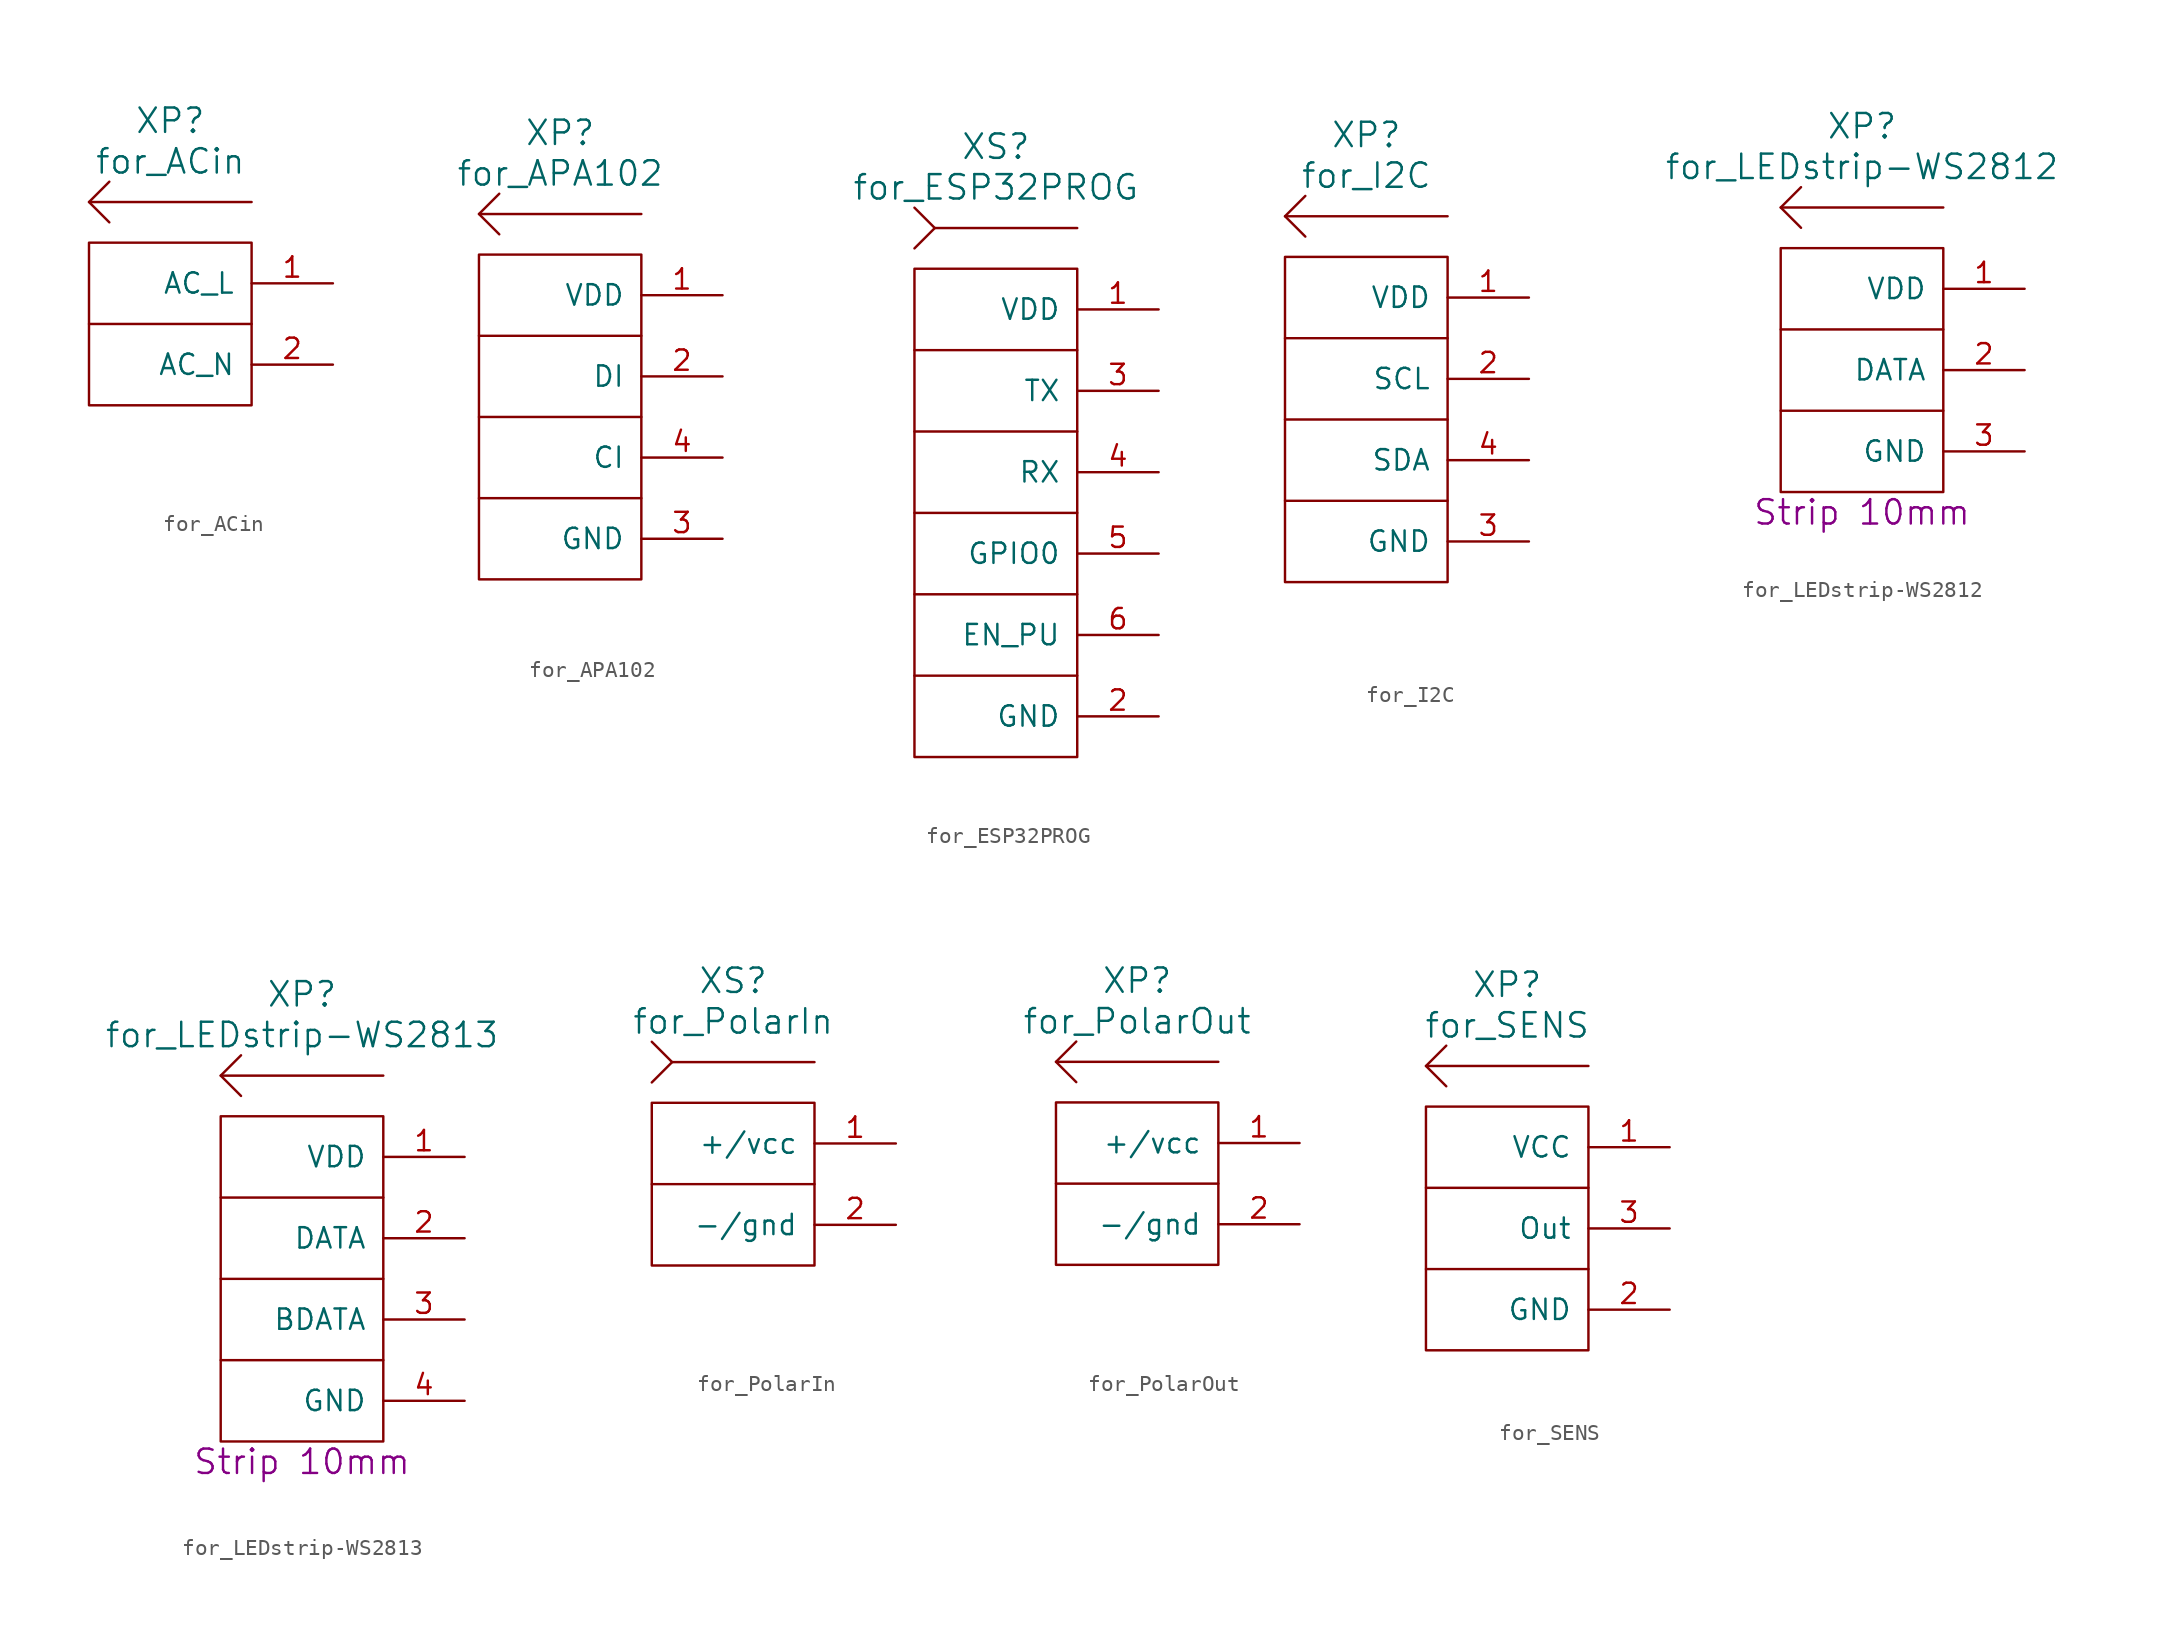
<source format=kicad_sym>
(kicad_symbol_lib
  (version 20220914)
  (generator kicad_symbol_editor)
  (symbol "for_ACin"
    (pin_names
      (offset 1.016))
    (property "Reference" "XP"
      (at 0 12.7 0)
      (do_not_autoplace)
      (effects (font (size 1.524 1.524))))
    (property "Value" "for_ACin"
      (at 0 10.16 0)
      (do_not_autoplace)
      (effects (font (size 1.524 1.524))))
    (property "Datasheet" ""
      (at 1.27 -8.89 0)
      (effects (font (size 1.524 1.524))))
    (symbol "for_ACin_0_0"
      (polyline (pts (xy 5.08 0) (xy -5.08 0)) (stroke (width 0) (type solid)) (fill (type none)))
      (rectangle (start 5.08 5.08) (end -5.08 -5.08) (stroke (width 0) (type solid)) (fill (type none))))
    (symbol "for_ACin_0_1"
      (polyline (pts (xy 5.08 7.62) (xy -5.08 7.62)) (stroke (width 0) (type solid)) (fill (type none)))
      (polyline (pts (xy -3.81 6.35) (xy -5.08 7.62) (xy -3.81 8.89)) (stroke (width 0) (type solid)) (fill (type none))))
    (symbol "for_ACin_1_1"
      (pin passive line (at 10.16 2.54 180) (length 5.08) (name "AC_L" (effects (font (size 1.27 1.27)))) (number "1" (effects (font (size 1.27 1.27)))))
      (pin passive line (at 10.16 -2.54 180) (length 5.08) (name "AC_N" (effects (font (size 1.27 1.27)))) (number "2" (effects (font (size 1.27 1.27)))))))
  (symbol "for_APA102"
    (pin_names
      (offset 1.016))
    (property "Reference" "XP"
      (at 0 17.78 0)
      (do_not_autoplace)
      (effects (font (size 1.524 1.524))))
    (property "Value" "for_APA102"
      (at 0 15.24 0)
      (do_not_autoplace)
      (effects (font (size 1.524 1.524))))
    (property "Datasheet" ""
      (at 0 -11.43 0)
      (effects (font (size 1.524 1.524))))
    (symbol "for_APA102_0_0"
      (polyline (pts (xy 5.08 -5.08) (xy -5.08 -5.08)) (stroke (width 0) (type solid)) (fill (type none)))
      (polyline (pts (xy 5.08 0) (xy -5.08 0)) (stroke (width 0) (type solid)) (fill (type none)))
      (polyline (pts (xy 5.08 5.08) (xy -5.08 5.08)) (stroke (width 0) (type solid)) (fill (type none)))
      (rectangle (start 5.08 10.16) (end -5.08 -10.16) (stroke (width 0) (type solid)) (fill (type none))))
    (symbol "for_APA102_0_1"
      (polyline (pts (xy 5.08 12.7) (xy -5.08 12.7)) (stroke (width 0) (type solid)) (fill (type none)))
      (polyline (pts (xy -3.81 11.43) (xy -5.08 12.7) (xy -3.81 13.97)) (stroke (width 0) (type solid)) (fill (type none))))
    (symbol "for_APA102_1_1"
      (pin power_in line (at 10.16 7.62 180) (length 5.08) (name "VDD" (effects (font (size 1.27 1.27)))) (number "1" (effects (font (size 1.27 1.27)))))
      (pin input line (at 10.16 2.54 180) (length 5.08) (name "DI" (effects (font (size 1.27 1.27)))) (number "2" (effects (font (size 1.27 1.27)))))
      (pin power_in line (at 10.16 -7.62 180) (length 5.08) (name "GND" (effects (font (size 1.27 1.27)))) (number "3" (effects (font (size 1.27 1.27)))))
      (pin input line (at 10.16 -2.54 180) (length 5.08) (name "CI" (effects (font (size 1.27 1.27)))) (number "4" (effects (font (size 1.27 1.27)))))))
  (symbol "for_ESP32PROG"
    (pin_names
      (offset 1.016))
    (property "Reference" "XS"
      (at 0 22.86 0)
      (do_not_autoplace)
      (effects (font (size 1.524 1.524))))
    (property "Value" "for_ESP32PROG"
      (at 0 20.32 0)
      (do_not_autoplace)
      (effects (font (size 1.524 1.524))))
    (property "Datasheet" ""
      (at 0 -6.35 0)
      (effects (font (size 1.524 1.524))))
    (symbol "for_ESP32PROG_0_0"
      (polyline (pts (xy 5.08 -10.16) (xy -5.08 -10.16)) (stroke (width 0) (type solid)) (fill (type none)))
      (polyline (pts (xy 5.08 -5.08) (xy -5.08 -5.08)) (stroke (width 0) (type solid)) (fill (type none)))
      (polyline (pts (xy 5.08 0) (xy -5.08 0)) (stroke (width 0) (type solid)) (fill (type none)))
      (polyline (pts (xy 5.08 5.08) (xy -5.08 5.08)) (stroke (width 0) (type solid)) (fill (type none)))
      (polyline (pts (xy 5.08 10.16) (xy -5.08 10.16)) (stroke (width 0) (type solid)) (fill (type none)))
      (rectangle (start 5.08 15.24) (end -5.08 -15.24) (stroke (width 0) (type solid)) (fill (type none))))
    (symbol "for_ESP32PROG_0_1"
      (polyline (pts (xy 5.08 17.78) (xy -3.81 17.78)) (stroke (width 0) (type solid)) (fill (type none)))
      (polyline (pts (xy -5.08 16.51) (xy -3.81 17.78) (xy -5.08 19.05)) (stroke (width 0) (type solid)) (fill (type none))))
    (symbol "for_ESP32PROG_1_1"
      (pin passive line (at 10.16 12.7 180) (length 5.08) (name "VDD" (effects (font (size 1.27 1.27)))) (number "1" (effects (font (size 1.27 1.27)))))
      (pin power_in line (at 10.16 -12.7 180) (length 5.08) (name "GND" (effects (font (size 1.27 1.27)))) (number "2" (effects (font (size 1.27 1.27)))))
      (pin output line (at 10.16 7.62 180) (length 5.08) (name "TX" (effects (font (size 1.27 1.27)))) (number "3" (effects (font (size 1.27 1.27)))))
      (pin input line (at 10.16 2.54 180) (length 5.08) (name "RX" (effects (font (size 1.27 1.27)))) (number "4" (effects (font (size 1.27 1.27)))))
      (pin input line (at 10.16 -2.54 180) (length 5.08) (name "GPIO0" (effects (font (size 1.27 1.27)))) (number "5" (effects (font (size 1.27 1.27)))))
      (pin input line (at 10.16 -7.62 180) (length 5.08) (name "EN_PU" (effects (font (size 1.27 1.27)))) (number "6" (effects (font (size 1.27 1.27)))))))
  (symbol "for_I2C"
    (pin_names
      (offset 1.016))
    (property "Reference" "XP"
      (at 0 17.78 0)
      (do_not_autoplace)
      (effects (font (size 1.524 1.524))))
    (property "Value" "for_I2C"
      (at 0 15.24 0)
      (do_not_autoplace)
      (effects (font (size 1.524 1.524))))
    (property "Datasheet" ""
      (at 6.35 -12.7 0)
      (effects (font (size 1.524 1.524))))
    (symbol "for_I2C_0_0"
      (polyline (pts (xy 5.08 -5.08) (xy -5.08 -5.08)) (stroke (width 0) (type solid)) (fill (type none)))
      (polyline (pts (xy 5.08 0) (xy -5.08 0)) (stroke (width 0) (type solid)) (fill (type none)))
      (polyline (pts (xy 5.08 5.08) (xy -5.08 5.08)) (stroke (width 0) (type solid)) (fill (type none)))
      (rectangle (start 5.08 10.16) (end -5.08 -10.16) (stroke (width 0) (type solid)) (fill (type none))))
    (symbol "for_I2C_0_1"
      (polyline (pts (xy 5.08 12.7) (xy -5.08 12.7)) (stroke (width 0) (type solid)) (fill (type none)))
      (polyline (pts (xy -3.81 11.43) (xy -5.08 12.7) (xy -3.81 13.97)) (stroke (width 0) (type solid)) (fill (type none))))
    (symbol "for_I2C_1_1"
      (pin power_in line (at 10.16 7.62 180) (length 5.08) (name "VDD" (effects (font (size 1.27 1.27)))) (number "1" (effects (font (size 1.27 1.27)))))
      (pin input line (at 10.16 2.54 180) (length 5.08) (name "SCL" (effects (font (size 1.27 1.27)))) (number "2" (effects (font (size 1.27 1.27)))))
      (pin power_in line (at 10.16 -7.62 180) (length 5.08) (name "GND" (effects (font (size 1.27 1.27)))) (number "3" (effects (font (size 1.27 1.27)))))
      (pin input line (at 10.16 -2.54 180) (length 5.08) (name "SDA" (effects (font (size 1.27 1.27)))) (number "4" (effects (font (size 1.27 1.27)))))))
  (symbol "for_LEDstrip-WS2812"
    (pin_names
      (offset 1.016))
    (property "Reference" "XP"
      (at 0 15.24 0)
      (do_not_autoplace)
      (effects (font (size 1.524 1.524))))
    (property "Value" "for_LEDstrip-WS2812"
      (at 0 12.7 0)
      (do_not_autoplace)
      (effects (font (size 1.524 1.524))))
    (property "Datasheet" ""
      (at 0 -8.89 0)
      (effects (font (size 1.524 1.524))))
    (property "Width" "Strip 10mm"
      (at 0 -8.89 0)
      (do_not_autoplace)
      (effects (font (size 1.524 1.524))))
    (symbol "for_LEDstrip-WS2812_0_0"
      (polyline (pts (xy 5.08 -2.54) (xy -5.08 -2.54)) (stroke (width 0) (type solid)) (fill (type none)))
      (polyline (pts (xy 5.08 2.54) (xy -5.08 2.54)) (stroke (width 0) (type solid)) (fill (type none)))
      (rectangle (start 5.08 7.62) (end -5.08 -7.62) (stroke (width 0) (type solid)) (fill (type none))))
    (symbol "for_LEDstrip-WS2812_0_1"
      (polyline (pts (xy 5.08 10.16) (xy -5.08 10.16)) (stroke (width 0) (type solid)) (fill (type none)))
      (polyline (pts (xy -3.81 8.89) (xy -5.08 10.16) (xy -3.81 11.43)) (stroke (width 0) (type solid)) (fill (type none))))
    (symbol "for_LEDstrip-WS2812_1_1"
      (pin power_in line (at 10.16 5.08 180) (length 5.08) (name "VDD" (effects (font (size 1.27 1.27)))) (number "1" (effects (font (size 1.27 1.27)))))
      (pin input line (at 10.16 0 180) (length 5.08) (name "DATA" (effects (font (size 1.27 1.27)))) (number "2" (effects (font (size 1.27 1.27)))))
      (pin power_in line (at 10.16 -5.08 180) (length 5.08) (name "GND" (effects (font (size 1.27 1.27)))) (number "3" (effects (font (size 1.27 1.27)))))))
  (symbol "for_LEDstrip-WS2813"
    (pin_names
      (offset 1.016))
    (property "Reference" "XP"
      (at 0 17.78 0)
      (do_not_autoplace)
      (effects (font (size 1.524 1.524))))
    (property "Value" "for_LEDstrip-WS2813"
      (at 0 15.24 0)
      (do_not_autoplace)
      (effects (font (size 1.524 1.524))))
    (property "Datasheet" ""
      (at 0 -6.35 0)
      (effects (font (size 1.524 1.524))))
    (property "Width" "Strip 10mm"
      (at 0 -11.43 0)
      (do_not_autoplace)
      (effects (font (size 1.524 1.524))))
    (symbol "for_LEDstrip-WS2813_0_0"
      (polyline (pts (xy 5.08 -5.08) (xy -5.08 -5.08)) (stroke (width 0) (type solid)) (fill (type none)))
      (polyline (pts (xy 5.08 0) (xy -5.08 0)) (stroke (width 0) (type solid)) (fill (type none)))
      (polyline (pts (xy 5.08 5.08) (xy -5.08 5.08)) (stroke (width 0) (type solid)) (fill (type none)))
      (rectangle (start 5.08 10.16) (end -5.08 -10.16) (stroke (width 0) (type solid)) (fill (type none))))
    (symbol "for_LEDstrip-WS2813_0_1"
      (polyline (pts (xy 5.08 12.7) (xy -5.08 12.7)) (stroke (width 0) (type solid)) (fill (type none)))
      (polyline (pts (xy -3.81 11.43) (xy -5.08 12.7) (xy -3.81 13.97)) (stroke (width 0) (type solid)) (fill (type none))))
    (symbol "for_LEDstrip-WS2813_1_1"
      (pin power_in line (at 10.16 7.62 180) (length 5.08) (name "VDD" (effects (font (size 1.27 1.27)))) (number "1" (effects (font (size 1.27 1.27)))))
      (pin input line (at 10.16 2.54 180) (length 5.08) (name "DATA" (effects (font (size 1.27 1.27)))) (number "2" (effects (font (size 1.27 1.27)))))
      (pin passive line (at 10.16 -2.54 180) (length 5.08) (name "BDATA" (effects (font (size 1.27 1.27)))) (number "3" (effects (font (size 1.27 1.27)))))
      (pin power_in line (at 10.16 -7.62 180) (length 5.08) (name "GND" (effects (font (size 1.27 1.27)))) (number "4" (effects (font (size 1.27 1.27)))))))
  (symbol "for_PolarIn"
    (pin_names
      (offset 1.016))
    (property "Reference" "XS"
      (at 0 12.7 0)
      (do_not_autoplace)
      (effects (font (size 1.524 1.524))))
    (property "Value" "for_PolarIn"
      (at 0 10.16 0)
      (do_not_autoplace)
      (effects (font (size 1.524 1.524))))
    (property "Datasheet" ""
      (at 1.27 -8.89 0)
      (effects (font (size 1.524 1.524))))
    (symbol "for_PolarIn_0_0"
      (polyline (pts (xy 5.08 0) (xy -5.08 0)) (stroke (width 0) (type solid)) (fill (type none)))
      (rectangle (start 5.08 5.08) (end -5.08 -5.08) (stroke (width 0) (type solid)) (fill (type none))))
    (symbol "for_PolarIn_0_1"
      (polyline (pts (xy 5.08 7.62) (xy -3.81 7.62)) (stroke (width 0) (type solid)) (fill (type none)))
      (polyline (pts (xy -5.08 6.35) (xy -3.81 7.62) (xy -5.08 8.89)) (stroke (width 0) (type solid)) (fill (type none))))
    (symbol "for_PolarIn_1_1"
      (pin passive line (at 10.16 2.54 180) (length 5.08) (name "+/vcc" (effects (font (size 1.27 1.27)))) (number "1" (effects (font (size 1.27 1.27)))))
      (pin passive line (at 10.16 -2.54 180) (length 5.08) (name "-/gnd" (effects (font (size 1.27 1.27)))) (number "2" (effects (font (size 1.27 1.27)))))))
  (symbol "for_PolarOut"
    (pin_names
      (offset 1.016))
    (property "Reference" "XP"
      (at 0 12.7 0)
      (do_not_autoplace)
      (effects (font (size 1.524 1.524))))
    (property "Value" "for_PolarOut"
      (at 0 10.16 0)
      (do_not_autoplace)
      (effects (font (size 1.524 1.524))))
    (property "Datasheet" ""
      (at 1.27 -8.89 0)
      (effects (font (size 1.524 1.524))))
    (symbol "for_PolarOut_0_0"
      (polyline (pts (xy 5.08 0) (xy -5.08 0)) (stroke (width 0) (type solid)) (fill (type none)))
      (rectangle (start 5.08 5.08) (end -5.08 -5.08) (stroke (width 0) (type solid)) (fill (type none))))
    (symbol "for_PolarOut_0_1"
      (polyline (pts (xy 5.08 7.62) (xy -5.08 7.62)) (stroke (width 0) (type solid)) (fill (type none)))
      (polyline (pts (xy -3.81 6.35) (xy -5.08 7.62) (xy -3.81 8.89)) (stroke (width 0) (type solid)) (fill (type none))))
    (symbol "for_PolarOut_1_1"
      (pin passive line (at 10.16 2.54 180) (length 5.08) (name "+/vcc" (effects (font (size 1.27 1.27)))) (number "1" (effects (font (size 1.27 1.27)))))
      (pin passive line (at 10.16 -2.54 180) (length 5.08) (name "-/gnd" (effects (font (size 1.27 1.27)))) (number "2" (effects (font (size 1.27 1.27)))))))
  (symbol "for_SENS"
    (pin_names
      (offset 1.016))
    (property "Reference" "XP"
      (at 0 15.24 0)
      (do_not_autoplace)
      (effects (font (size 1.524 1.524))))
    (property "Value" "for_SENS"
      (at 0 12.7 0)
      (do_not_autoplace)
      (effects (font (size 1.524 1.524))))
    (property "Datasheet" ""
      (at 0 -8.89 0)
      (effects (font (size 1.524 1.524))))
    (symbol "for_SENS_0_0"
      (polyline (pts (xy 5.08 -2.54) (xy -5.08 -2.54)) (stroke (width 0) (type solid)) (fill (type none)))
      (polyline (pts (xy 5.08 2.54) (xy -5.08 2.54)) (stroke (width 0) (type solid)) (fill (type none)))
      (rectangle (start 5.08 7.62) (end -5.08 -7.62) (stroke (width 0) (type solid)) (fill (type none))))
    (symbol "for_SENS_0_1"
      (polyline (pts (xy 5.08 10.16) (xy -5.08 10.16)) (stroke (width 0) (type solid)) (fill (type none)))
      (polyline (pts (xy -3.81 8.89) (xy -5.08 10.16) (xy -3.81 11.43)) (stroke (width 0) (type solid)) (fill (type none))))
    (symbol "for_SENS_1_1"
      (pin power_in line (at 10.16 5.08 180) (length 5.08) (name "VCC" (effects (font (size 1.27 1.27)))) (number "1" (effects (font (size 1.27 1.27)))))
      (pin power_in line (at 10.16 -5.08 180) (length 5.08) (name "GND" (effects (font (size 1.27 1.27)))) (number "2" (effects (font (size 1.27 1.27)))))
      (pin passive line (at 10.16 0 180) (length 5.08) (name "Out" (effects (font (size 1.27 1.27)))) (number "3" (effects (font (size 1.27 1.27))))))))
</source>
